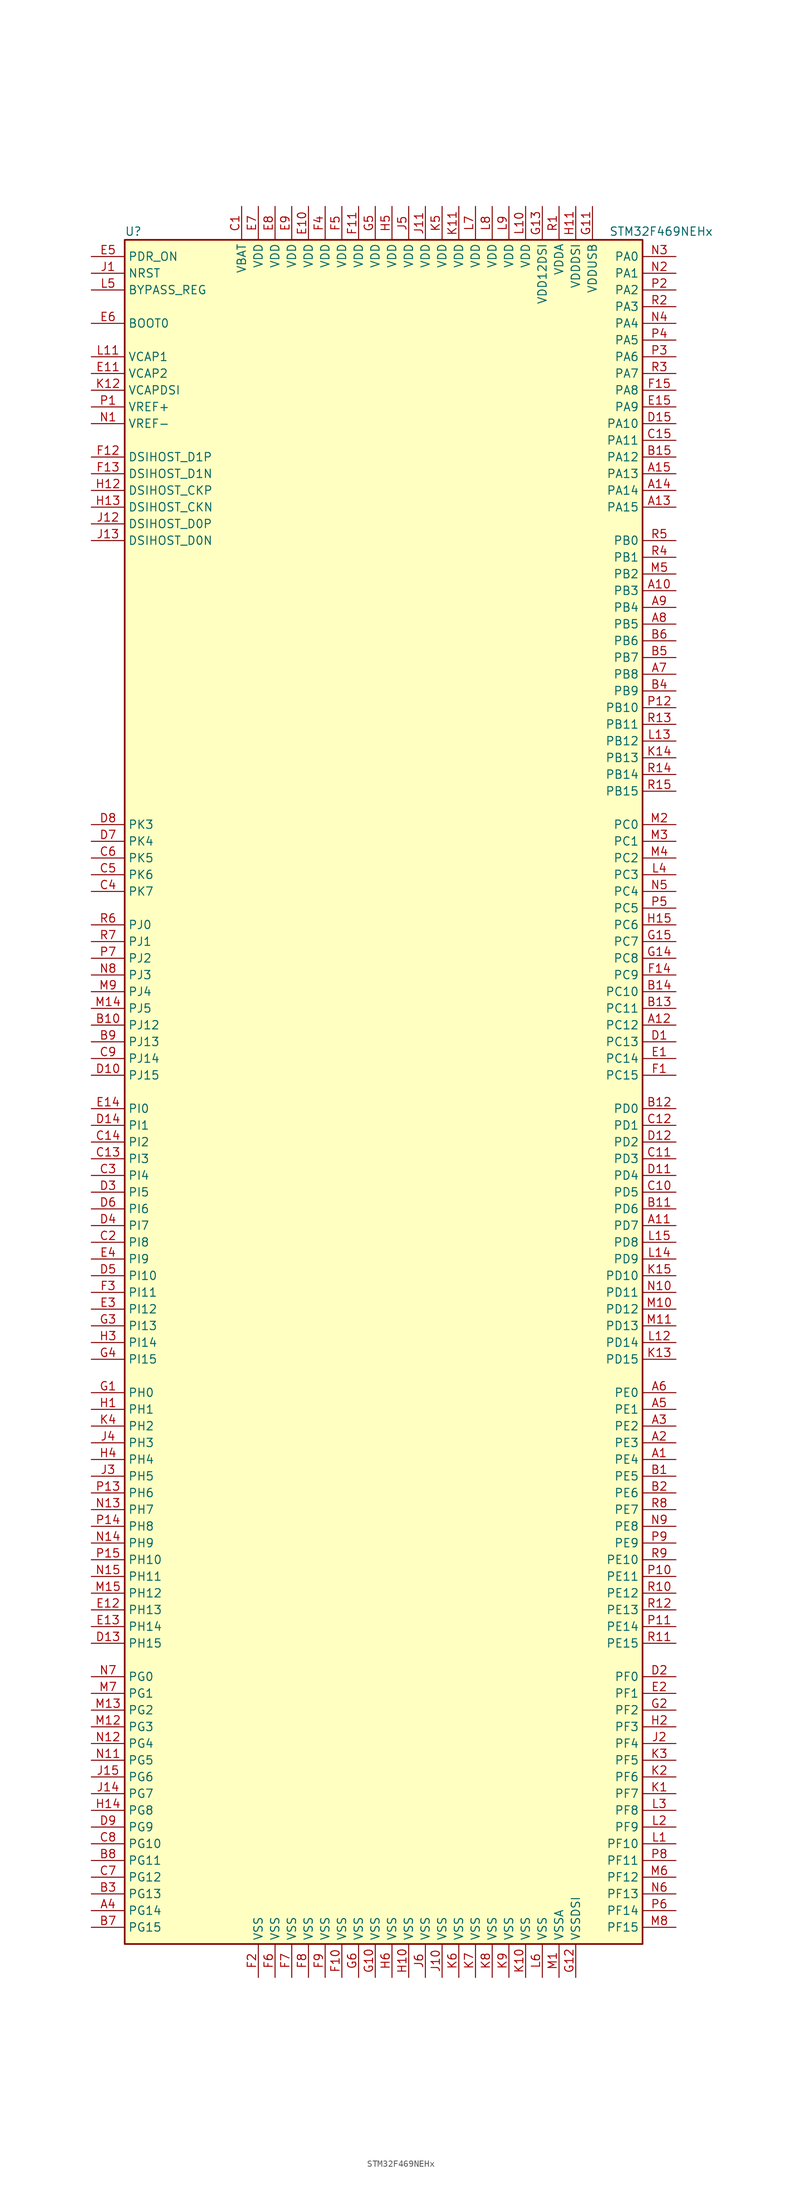
<source format=kicad_sym>
(kicad_symbol_lib
  (version 20201005)
  (generator kicad_symbol_editor)
  (symbol "STM32F469NEHx"
    (property "Reference" "U"
      (at -40.64 130.81 0)
      (effects (font (size 1.27 1.27)) (justify left)))
    (property "Value" "STM32F469NEHx"
      (at 33.02 130.81 0)
      (effects (font (size 1.27 1.27)) (justify left)))
    (symbol "STM32F469NEHx_0_1"
      (rectangle (start -40.64 -129.54) (end 38.1 129.54) (stroke (width 0.254)) (fill (type background))))
    (symbol "STM32F469NEHx_1_1"
      (pin bidirectional line (at 43.18 -55.88 180) (length 5.08) (name "PE4" (effects (font (size 1.27 1.27)))) (number "A1" (effects (font (size 1.27 1.27)))))
      (pin bidirectional line (at 43.18 76.2 180) (length 5.08) (name "PB3" (effects (font (size 1.27 1.27)))) (number "A10" (effects (font (size 1.27 1.27)))))
      (pin bidirectional line (at 43.18 -20.32 180) (length 5.08) (name "PD7" (effects (font (size 1.27 1.27)))) (number "A11" (effects (font (size 1.27 1.27)))))
      (pin bidirectional line (at 43.18 10.16 180) (length 5.08) (name "PC12" (effects (font (size 1.27 1.27)))) (number "A12" (effects (font (size 1.27 1.27)))))
      (pin bidirectional line (at 43.18 88.9 180) (length 5.08) (name "PA15" (effects (font (size 1.27 1.27)))) (number "A13" (effects (font (size 1.27 1.27)))))
      (pin bidirectional line (at 43.18 91.44 180) (length 5.08) (name "PA14" (effects (font (size 1.27 1.27)))) (number "A14" (effects (font (size 1.27 1.27)))))
      (pin bidirectional line (at 43.18 93.98 180) (length 5.08) (name "PA13" (effects (font (size 1.27 1.27)))) (number "A15" (effects (font (size 1.27 1.27)))))
      (pin bidirectional line (at 43.18 -53.34 180) (length 5.08) (name "PE3" (effects (font (size 1.27 1.27)))) (number "A2" (effects (font (size 1.27 1.27)))))
      (pin bidirectional line (at 43.18 -50.8 180) (length 5.08) (name "PE2" (effects (font (size 1.27 1.27)))) (number "A3" (effects (font (size 1.27 1.27)))))
      (pin bidirectional line (at -45.72 -124.46 0) (length 5.08) (name "PG14" (effects (font (size 1.27 1.27)))) (number "A4" (effects (font (size 1.27 1.27)))))
      (pin bidirectional line (at 43.18 -48.26 180) (length 5.08) (name "PE1" (effects (font (size 1.27 1.27)))) (number "A5" (effects (font (size 1.27 1.27)))))
      (pin bidirectional line (at 43.18 -45.72 180) (length 5.08) (name "PE0" (effects (font (size 1.27 1.27)))) (number "A6" (effects (font (size 1.27 1.27)))))
      (pin bidirectional line (at 43.18 63.5 180) (length 5.08) (name "PB8" (effects (font (size 1.27 1.27)))) (number "A7" (effects (font (size 1.27 1.27)))))
      (pin bidirectional line (at 43.18 71.12 180) (length 5.08) (name "PB5" (effects (font (size 1.27 1.27)))) (number "A8" (effects (font (size 1.27 1.27)))))
      (pin bidirectional line (at 43.18 73.66 180) (length 5.08) (name "PB4" (effects (font (size 1.27 1.27)))) (number "A9" (effects (font (size 1.27 1.27)))))
      (pin bidirectional line (at 43.18 -58.42 180) (length 5.08) (name "PE5" (effects (font (size 1.27 1.27)))) (number "B1" (effects (font (size 1.27 1.27)))))
      (pin bidirectional line (at -45.72 10.16 0) (length 5.08) (name "PJ12" (effects (font (size 1.27 1.27)))) (number "B10" (effects (font (size 1.27 1.27)))))
      (pin bidirectional line (at 43.18 -17.78 180) (length 5.08) (name "PD6" (effects (font (size 1.27 1.27)))) (number "B11" (effects (font (size 1.27 1.27)))))
      (pin bidirectional line (at 43.18 -2.54 180) (length 5.08) (name "PD0" (effects (font (size 1.27 1.27)))) (number "B12" (effects (font (size 1.27 1.27)))))
      (pin bidirectional line (at 43.18 12.7 180) (length 5.08) (name "PC11" (effects (font (size 1.27 1.27)))) (number "B13" (effects (font (size 1.27 1.27)))))
      (pin bidirectional line (at 43.18 15.24 180) (length 5.08) (name "PC10" (effects (font (size 1.27 1.27)))) (number "B14" (effects (font (size 1.27 1.27)))))
      (pin bidirectional line (at 43.18 96.52 180) (length 5.08) (name "PA12" (effects (font (size 1.27 1.27)))) (number "B15" (effects (font (size 1.27 1.27)))))
      (pin bidirectional line (at 43.18 -60.96 180) (length 5.08) (name "PE6" (effects (font (size 1.27 1.27)))) (number "B2" (effects (font (size 1.27 1.27)))))
      (pin bidirectional line (at -45.72 -121.92 0) (length 5.08) (name "PG13" (effects (font (size 1.27 1.27)))) (number "B3" (effects (font (size 1.27 1.27)))))
      (pin bidirectional line (at 43.18 60.96 180) (length 5.08) (name "PB9" (effects (font (size 1.27 1.27)))) (number "B4" (effects (font (size 1.27 1.27)))))
      (pin bidirectional line (at 43.18 66.04 180) (length 5.08) (name "PB7" (effects (font (size 1.27 1.27)))) (number "B5" (effects (font (size 1.27 1.27)))))
      (pin bidirectional line (at 43.18 68.58 180) (length 5.08) (name "PB6" (effects (font (size 1.27 1.27)))) (number "B6" (effects (font (size 1.27 1.27)))))
      (pin bidirectional line (at -45.72 -127 0) (length 5.08) (name "PG15" (effects (font (size 1.27 1.27)))) (number "B7" (effects (font (size 1.27 1.27)))))
      (pin bidirectional line (at -45.72 -116.84 0) (length 5.08) (name "PG11" (effects (font (size 1.27 1.27)))) (number "B8" (effects (font (size 1.27 1.27)))))
      (pin bidirectional line (at -45.72 7.62 0) (length 5.08) (name "PJ13" (effects (font (size 1.27 1.27)))) (number "B9" (effects (font (size 1.27 1.27)))))
      (pin power_in line (at -22.86 134.62 270) (length 5.08) (name "VBAT" (effects (font (size 1.27 1.27)))) (number "C1" (effects (font (size 1.27 1.27)))))
      (pin bidirectional line (at 43.18 -15.24 180) (length 5.08) (name "PD5" (effects (font (size 1.27 1.27)))) (number "C10" (effects (font (size 1.27 1.27)))))
      (pin bidirectional line (at 43.18 -10.16 180) (length 5.08) (name "PD3" (effects (font (size 1.27 1.27)))) (number "C11" (effects (font (size 1.27 1.27)))))
      (pin bidirectional line (at 43.18 -5.08 180) (length 5.08) (name "PD1" (effects (font (size 1.27 1.27)))) (number "C12" (effects (font (size 1.27 1.27)))))
      (pin bidirectional line (at -45.72 -10.16 0) (length 5.08) (name "PI3" (effects (font (size 1.27 1.27)))) (number "C13" (effects (font (size 1.27 1.27)))))
      (pin bidirectional line (at -45.72 -7.62 0) (length 5.08) (name "PI2" (effects (font (size 1.27 1.27)))) (number "C14" (effects (font (size 1.27 1.27)))))
      (pin bidirectional line (at 43.18 99.06 180) (length 5.08) (name "PA11" (effects (font (size 1.27 1.27)))) (number "C15" (effects (font (size 1.27 1.27)))))
      (pin bidirectional line (at -45.72 -22.86 0) (length 5.08) (name "PI8" (effects (font (size 1.27 1.27)))) (number "C2" (effects (font (size 1.27 1.27)))))
      (pin bidirectional line (at -45.72 -12.7 0) (length 5.08) (name "PI4" (effects (font (size 1.27 1.27)))) (number "C3" (effects (font (size 1.27 1.27)))))
      (pin bidirectional line (at -45.72 30.48 0) (length 5.08) (name "PK7" (effects (font (size 1.27 1.27)))) (number "C4" (effects (font (size 1.27 1.27)))))
      (pin bidirectional line (at -45.72 33.02 0) (length 5.08) (name "PK6" (effects (font (size 1.27 1.27)))) (number "C5" (effects (font (size 1.27 1.27)))))
      (pin bidirectional line (at -45.72 35.56 0) (length 5.08) (name "PK5" (effects (font (size 1.27 1.27)))) (number "C6" (effects (font (size 1.27 1.27)))))
      (pin bidirectional line (at -45.72 -119.38 0) (length 5.08) (name "PG12" (effects (font (size 1.27 1.27)))) (number "C7" (effects (font (size 1.27 1.27)))))
      (pin bidirectional line (at -45.72 -114.3 0) (length 5.08) (name "PG10" (effects (font (size 1.27 1.27)))) (number "C8" (effects (font (size 1.27 1.27)))))
      (pin bidirectional line (at -45.72 5.08 0) (length 5.08) (name "PJ14" (effects (font (size 1.27 1.27)))) (number "C9" (effects (font (size 1.27 1.27)))))
      (pin bidirectional line (at 43.18 7.62 180) (length 5.08) (name "PC13" (effects (font (size 1.27 1.27)))) (number "D1" (effects (font (size 1.27 1.27)))))
      (pin bidirectional line (at -45.72 2.54 0) (length 5.08) (name "PJ15" (effects (font (size 1.27 1.27)))) (number "D10" (effects (font (size 1.27 1.27)))))
      (pin bidirectional line (at 43.18 -12.7 180) (length 5.08) (name "PD4" (effects (font (size 1.27 1.27)))) (number "D11" (effects (font (size 1.27 1.27)))))
      (pin bidirectional line (at 43.18 -7.62 180) (length 5.08) (name "PD2" (effects (font (size 1.27 1.27)))) (number "D12" (effects (font (size 1.27 1.27)))))
      (pin bidirectional line (at -45.72 -83.82 0) (length 5.08) (name "PH15" (effects (font (size 1.27 1.27)))) (number "D13" (effects (font (size 1.27 1.27)))))
      (pin bidirectional line (at -45.72 -5.08 0) (length 5.08) (name "PI1" (effects (font (size 1.27 1.27)))) (number "D14" (effects (font (size 1.27 1.27)))))
      (pin bidirectional line (at 43.18 101.6 180) (length 5.08) (name "PA10" (effects (font (size 1.27 1.27)))) (number "D15" (effects (font (size 1.27 1.27)))))
      (pin bidirectional line (at 43.18 -88.9 180) (length 5.08) (name "PF0" (effects (font (size 1.27 1.27)))) (number "D2" (effects (font (size 1.27 1.27)))))
      (pin bidirectional line (at -45.72 -15.24 0) (length 5.08) (name "PI5" (effects (font (size 1.27 1.27)))) (number "D3" (effects (font (size 1.27 1.27)))))
      (pin bidirectional line (at -45.72 -20.32 0) (length 5.08) (name "PI7" (effects (font (size 1.27 1.27)))) (number "D4" (effects (font (size 1.27 1.27)))))
      (pin bidirectional line (at -45.72 -27.94 0) (length 5.08) (name "PI10" (effects (font (size 1.27 1.27)))) (number "D5" (effects (font (size 1.27 1.27)))))
      (pin bidirectional line (at -45.72 -17.78 0) (length 5.08) (name "PI6" (effects (font (size 1.27 1.27)))) (number "D6" (effects (font (size 1.27 1.27)))))
      (pin bidirectional line (at -45.72 38.1 0) (length 5.08) (name "PK4" (effects (font (size 1.27 1.27)))) (number "D7" (effects (font (size 1.27 1.27)))))
      (pin bidirectional line (at -45.72 40.64 0) (length 5.08) (name "PK3" (effects (font (size 1.27 1.27)))) (number "D8" (effects (font (size 1.27 1.27)))))
      (pin bidirectional line (at -45.72 -111.76 0) (length 5.08) (name "PG9" (effects (font (size 1.27 1.27)))) (number "D9" (effects (font (size 1.27 1.27)))))
      (pin bidirectional line (at 43.18 5.08 180) (length 5.08) (name "PC14" (effects (font (size 1.27 1.27)))) (number "E1" (effects (font (size 1.27 1.27)))))
      (pin power_in line (at -12.7 134.62 270) (length 5.08) (name "VDD" (effects (font (size 1.27 1.27)))) (number "E10" (effects (font (size 1.27 1.27)))))
      (pin power_in line (at -45.72 109.22 0) (length 5.08) (name "VCAP2" (effects (font (size 1.27 1.27)))) (number "E11" (effects (font (size 1.27 1.27)))))
      (pin bidirectional line (at -45.72 -78.74 0) (length 5.08) (name "PH13" (effects (font (size 1.27 1.27)))) (number "E12" (effects (font (size 1.27 1.27)))))
      (pin bidirectional line (at -45.72 -81.28 0) (length 5.08) (name "PH14" (effects (font (size 1.27 1.27)))) (number "E13" (effects (font (size 1.27 1.27)))))
      (pin bidirectional line (at -45.72 -2.54 0) (length 5.08) (name "PI0" (effects (font (size 1.27 1.27)))) (number "E14" (effects (font (size 1.27 1.27)))))
      (pin bidirectional line (at 43.18 104.14 180) (length 5.08) (name "PA9" (effects (font (size 1.27 1.27)))) (number "E15" (effects (font (size 1.27 1.27)))))
      (pin bidirectional line (at 43.18 -91.44 180) (length 5.08) (name "PF1" (effects (font (size 1.27 1.27)))) (number "E2" (effects (font (size 1.27 1.27)))))
      (pin bidirectional line (at -45.72 -33.02 0) (length 5.08) (name "PI12" (effects (font (size 1.27 1.27)))) (number "E3" (effects (font (size 1.27 1.27)))))
      (pin bidirectional line (at -45.72 -25.4 0) (length 5.08) (name "PI9" (effects (font (size 1.27 1.27)))) (number "E4" (effects (font (size 1.27 1.27)))))
      (pin input line (at -45.72 127 0) (length 5.08) (name "PDR_ON" (effects (font (size 1.27 1.27)))) (number "E5" (effects (font (size 1.27 1.27)))))
      (pin input line (at -45.72 116.84 0) (length 5.08) (name "BOOT0" (effects (font (size 1.27 1.27)))) (number "E6" (effects (font (size 1.27 1.27)))))
      (pin power_in line (at -20.32 134.62 270) (length 5.08) (name "VDD" (effects (font (size 1.27 1.27)))) (number "E7" (effects (font (size 1.27 1.27)))))
      (pin power_in line (at -17.78 134.62 270) (length 5.08) (name "VDD" (effects (font (size 1.27 1.27)))) (number "E8" (effects (font (size 1.27 1.27)))))
      (pin power_in line (at -15.24 134.62 270) (length 5.08) (name "VDD" (effects (font (size 1.27 1.27)))) (number "E9" (effects (font (size 1.27 1.27)))))
      (pin bidirectional line (at 43.18 2.54 180) (length 5.08) (name "PC15" (effects (font (size 1.27 1.27)))) (number "F1" (effects (font (size 1.27 1.27)))))
      (pin power_in line (at -7.62 -134.62 90) (length 5.08) (name "VSS" (effects (font (size 1.27 1.27)))) (number "F10" (effects (font (size 1.27 1.27)))))
      (pin power_in line (at -5.08 134.62 270) (length 5.08) (name "VDD" (effects (font (size 1.27 1.27)))) (number "F11" (effects (font (size 1.27 1.27)))))
      (pin bidirectional line (at -45.72 96.52 0) (length 5.08) (name "DSIHOST_D1P" (effects (font (size 1.27 1.27)))) (number "F12" (effects (font (size 1.27 1.27)))))
      (pin bidirectional line (at -45.72 93.98 0) (length 5.08) (name "DSIHOST_D1N" (effects (font (size 1.27 1.27)))) (number "F13" (effects (font (size 1.27 1.27)))))
      (pin bidirectional line (at 43.18 17.78 180) (length 5.08) (name "PC9" (effects (font (size 1.27 1.27)))) (number "F14" (effects (font (size 1.27 1.27)))))
      (pin bidirectional line (at 43.18 106.68 180) (length 5.08) (name "PA8" (effects (font (size 1.27 1.27)))) (number "F15" (effects (font (size 1.27 1.27)))))
      (pin power_in line (at -20.32 -134.62 90) (length 5.08) (name "VSS" (effects (font (size 1.27 1.27)))) (number "F2" (effects (font (size 1.27 1.27)))))
      (pin bidirectional line (at -45.72 -30.48 0) (length 5.08) (name "PI11" (effects (font (size 1.27 1.27)))) (number "F3" (effects (font (size 1.27 1.27)))))
      (pin power_in line (at -10.16 134.62 270) (length 5.08) (name "VDD" (effects (font (size 1.27 1.27)))) (number "F4" (effects (font (size 1.27 1.27)))))
      (pin power_in line (at -7.62 134.62 270) (length 5.08) (name "VDD" (effects (font (size 1.27 1.27)))) (number "F5" (effects (font (size 1.27 1.27)))))
      (pin power_in line (at -17.78 -134.62 90) (length 5.08) (name "VSS" (effects (font (size 1.27 1.27)))) (number "F6" (effects (font (size 1.27 1.27)))))
      (pin power_in line (at -15.24 -134.62 90) (length 5.08) (name "VSS" (effects (font (size 1.27 1.27)))) (number "F7" (effects (font (size 1.27 1.27)))))
      (pin power_in line (at -12.7 -134.62 90) (length 5.08) (name "VSS" (effects (font (size 1.27 1.27)))) (number "F8" (effects (font (size 1.27 1.27)))))
      (pin power_in line (at -10.16 -134.62 90) (length 5.08) (name "VSS" (effects (font (size 1.27 1.27)))) (number "F9" (effects (font (size 1.27 1.27)))))
      (pin input line (at -45.72 -45.72 0) (length 5.08) (name "PH0" (effects (font (size 1.27 1.27)))) (number "G1" (effects (font (size 1.27 1.27)))))
      (pin power_in line (at -2.54 -134.62 90) (length 5.08) (name "VSS" (effects (font (size 1.27 1.27)))) (number "G10" (effects (font (size 1.27 1.27)))))
      (pin power_in line (at 30.48 134.62 270) (length 5.08) (name "VDDUSB" (effects (font (size 1.27 1.27)))) (number "G11" (effects (font (size 1.27 1.27)))))
      (pin power_in line (at 27.94 -134.62 90) (length 5.08) (name "VSSDSI" (effects (font (size 1.27 1.27)))) (number "G12" (effects (font (size 1.27 1.27)))))
      (pin power_in line (at 22.86 134.62 270) (length 5.08) (name "VDD12DSI" (effects (font (size 1.27 1.27)))) (number "G13" (effects (font (size 1.27 1.27)))))
      (pin bidirectional line (at 43.18 20.32 180) (length 5.08) (name "PC8" (effects (font (size 1.27 1.27)))) (number "G14" (effects (font (size 1.27 1.27)))))
      (pin bidirectional line (at 43.18 22.86 180) (length 5.08) (name "PC7" (effects (font (size 1.27 1.27)))) (number "G15" (effects (font (size 1.27 1.27)))))
      (pin bidirectional line (at 43.18 -93.98 180) (length 5.08) (name "PF2" (effects (font (size 1.27 1.27)))) (number "G2" (effects (font (size 1.27 1.27)))))
      (pin bidirectional line (at -45.72 -35.56 0) (length 5.08) (name "PI13" (effects (font (size 1.27 1.27)))) (number "G3" (effects (font (size 1.27 1.27)))))
      (pin bidirectional line (at -45.72 -40.64 0) (length 5.08) (name "PI15" (effects (font (size 1.27 1.27)))) (number "G4" (effects (font (size 1.27 1.27)))))
      (pin power_in line (at -2.54 134.62 270) (length 5.08) (name "VDD" (effects (font (size 1.27 1.27)))) (number "G5" (effects (font (size 1.27 1.27)))))
      (pin power_in line (at -5.08 -134.62 90) (length 5.08) (name "VSS" (effects (font (size 1.27 1.27)))) (number "G6" (effects (font (size 1.27 1.27)))))
      (pin input line (at -45.72 -48.26 0) (length 5.08) (name "PH1" (effects (font (size 1.27 1.27)))) (number "H1" (effects (font (size 1.27 1.27)))))
      (pin power_in line (at 2.54 -134.62 90) (length 5.08) (name "VSS" (effects (font (size 1.27 1.27)))) (number "H10" (effects (font (size 1.27 1.27)))))
      (pin power_in line (at 27.94 134.62 270) (length 5.08) (name "VDDDSI" (effects (font (size 1.27 1.27)))) (number "H11" (effects (font (size 1.27 1.27)))))
      (pin bidirectional line (at -45.72 91.44 0) (length 5.08) (name "DSIHOST_CKP" (effects (font (size 1.27 1.27)))) (number "H12" (effects (font (size 1.27 1.27)))))
      (pin bidirectional line (at -45.72 88.9 0) (length 5.08) (name "DSIHOST_CKN" (effects (font (size 1.27 1.27)))) (number "H13" (effects (font (size 1.27 1.27)))))
      (pin bidirectional line (at -45.72 -109.22 0) (length 5.08) (name "PG8" (effects (font (size 1.27 1.27)))) (number "H14" (effects (font (size 1.27 1.27)))))
      (pin bidirectional line (at 43.18 25.4 180) (length 5.08) (name "PC6" (effects (font (size 1.27 1.27)))) (number "H15" (effects (font (size 1.27 1.27)))))
      (pin bidirectional line (at 43.18 -96.52 180) (length 5.08) (name "PF3" (effects (font (size 1.27 1.27)))) (number "H2" (effects (font (size 1.27 1.27)))))
      (pin bidirectional line (at -45.72 -38.1 0) (length 5.08) (name "PI14" (effects (font (size 1.27 1.27)))) (number "H3" (effects (font (size 1.27 1.27)))))
      (pin bidirectional line (at -45.72 -55.88 0) (length 5.08) (name "PH4" (effects (font (size 1.27 1.27)))) (number "H4" (effects (font (size 1.27 1.27)))))
      (pin power_in line (at 0 134.62 270) (length 5.08) (name "VDD" (effects (font (size 1.27 1.27)))) (number "H5" (effects (font (size 1.27 1.27)))))
      (pin power_in line (at 0 -134.62 90) (length 5.08) (name "VSS" (effects (font (size 1.27 1.27)))) (number "H6" (effects (font (size 1.27 1.27)))))
      (pin input line (at -45.72 124.46 0) (length 5.08) (name "NRST" (effects (font (size 1.27 1.27)))) (number "J1" (effects (font (size 1.27 1.27)))))
      (pin power_in line (at 7.62 -134.62 90) (length 5.08) (name "VSS" (effects (font (size 1.27 1.27)))) (number "J10" (effects (font (size 1.27 1.27)))))
      (pin power_in line (at 5.08 134.62 270) (length 5.08) (name "VDD" (effects (font (size 1.27 1.27)))) (number "J11" (effects (font (size 1.27 1.27)))))
      (pin bidirectional line (at -45.72 86.36 0) (length 5.08) (name "DSIHOST_D0P" (effects (font (size 1.27 1.27)))) (number "J12" (effects (font (size 1.27 1.27)))))
      (pin bidirectional line (at -45.72 83.82 0) (length 5.08) (name "DSIHOST_D0N" (effects (font (size 1.27 1.27)))) (number "J13" (effects (font (size 1.27 1.27)))))
      (pin bidirectional line (at -45.72 -106.68 0) (length 5.08) (name "PG7" (effects (font (size 1.27 1.27)))) (number "J14" (effects (font (size 1.27 1.27)))))
      (pin bidirectional line (at -45.72 -104.14 0) (length 5.08) (name "PG6" (effects (font (size 1.27 1.27)))) (number "J15" (effects (font (size 1.27 1.27)))))
      (pin bidirectional line (at 43.18 -99.06 180) (length 5.08) (name "PF4" (effects (font (size 1.27 1.27)))) (number "J2" (effects (font (size 1.27 1.27)))))
      (pin bidirectional line (at -45.72 -58.42 0) (length 5.08) (name "PH5" (effects (font (size 1.27 1.27)))) (number "J3" (effects (font (size 1.27 1.27)))))
      (pin bidirectional line (at -45.72 -53.34 0) (length 5.08) (name "PH3" (effects (font (size 1.27 1.27)))) (number "J4" (effects (font (size 1.27 1.27)))))
      (pin power_in line (at 2.54 134.62 270) (length 5.08) (name "VDD" (effects (font (size 1.27 1.27)))) (number "J5" (effects (font (size 1.27 1.27)))))
      (pin power_in line (at 5.08 -134.62 90) (length 5.08) (name "VSS" (effects (font (size 1.27 1.27)))) (number "J6" (effects (font (size 1.27 1.27)))))
      (pin bidirectional line (at 43.18 -106.68 180) (length 5.08) (name "PF7" (effects (font (size 1.27 1.27)))) (number "K1" (effects (font (size 1.27 1.27)))))
      (pin power_in line (at 20.32 -134.62 90) (length 5.08) (name "VSS" (effects (font (size 1.27 1.27)))) (number "K10" (effects (font (size 1.27 1.27)))))
      (pin power_in line (at 10.16 134.62 270) (length 5.08) (name "VDD" (effects (font (size 1.27 1.27)))) (number "K11" (effects (font (size 1.27 1.27)))))
      (pin power_in line (at -45.72 106.68 0) (length 5.08) (name "VCAPDSI" (effects (font (size 1.27 1.27)))) (number "K12" (effects (font (size 1.27 1.27)))))
      (pin bidirectional line (at 43.18 -40.64 180) (length 5.08) (name "PD15" (effects (font (size 1.27 1.27)))) (number "K13" (effects (font (size 1.27 1.27)))))
      (pin bidirectional line (at 43.18 50.8 180) (length 5.08) (name "PB13" (effects (font (size 1.27 1.27)))) (number "K14" (effects (font (size 1.27 1.27)))))
      (pin bidirectional line (at 43.18 -27.94 180) (length 5.08) (name "PD10" (effects (font (size 1.27 1.27)))) (number "K15" (effects (font (size 1.27 1.27)))))
      (pin bidirectional line (at 43.18 -104.14 180) (length 5.08) (name "PF6" (effects (font (size 1.27 1.27)))) (number "K2" (effects (font (size 1.27 1.27)))))
      (pin bidirectional line (at 43.18 -101.6 180) (length 5.08) (name "PF5" (effects (font (size 1.27 1.27)))) (number "K3" (effects (font (size 1.27 1.27)))))
      (pin bidirectional line (at -45.72 -50.8 0) (length 5.08) (name "PH2" (effects (font (size 1.27 1.27)))) (number "K4" (effects (font (size 1.27 1.27)))))
      (pin power_in line (at 7.62 134.62 270) (length 5.08) (name "VDD" (effects (font (size 1.27 1.27)))) (number "K5" (effects (font (size 1.27 1.27)))))
      (pin power_in line (at 10.16 -134.62 90) (length 5.08) (name "VSS" (effects (font (size 1.27 1.27)))) (number "K6" (effects (font (size 1.27 1.27)))))
      (pin power_in line (at 12.7 -134.62 90) (length 5.08) (name "VSS" (effects (font (size 1.27 1.27)))) (number "K7" (effects (font (size 1.27 1.27)))))
      (pin power_in line (at 15.24 -134.62 90) (length 5.08) (name "VSS" (effects (font (size 1.27 1.27)))) (number "K8" (effects (font (size 1.27 1.27)))))
      (pin power_in line (at 17.78 -134.62 90) (length 5.08) (name "VSS" (effects (font (size 1.27 1.27)))) (number "K9" (effects (font (size 1.27 1.27)))))
      (pin bidirectional line (at 43.18 -114.3 180) (length 5.08) (name "PF10" (effects (font (size 1.27 1.27)))) (number "L1" (effects (font (size 1.27 1.27)))))
      (pin power_in line (at 20.32 134.62 270) (length 5.08) (name "VDD" (effects (font (size 1.27 1.27)))) (number "L10" (effects (font (size 1.27 1.27)))))
      (pin power_in line (at -45.72 111.76 0) (length 5.08) (name "VCAP1" (effects (font (size 1.27 1.27)))) (number "L11" (effects (font (size 1.27 1.27)))))
      (pin bidirectional line (at 43.18 -38.1 180) (length 5.08) (name "PD14" (effects (font (size 1.27 1.27)))) (number "L12" (effects (font (size 1.27 1.27)))))
      (pin bidirectional line (at 43.18 53.34 180) (length 5.08) (name "PB12" (effects (font (size 1.27 1.27)))) (number "L13" (effects (font (size 1.27 1.27)))))
      (pin bidirectional line (at 43.18 -25.4 180) (length 5.08) (name "PD9" (effects (font (size 1.27 1.27)))) (number "L14" (effects (font (size 1.27 1.27)))))
      (pin bidirectional line (at 43.18 -22.86 180) (length 5.08) (name "PD8" (effects (font (size 1.27 1.27)))) (number "L15" (effects (font (size 1.27 1.27)))))
      (pin bidirectional line (at 43.18 -111.76 180) (length 5.08) (name "PF9" (effects (font (size 1.27 1.27)))) (number "L2" (effects (font (size 1.27 1.27)))))
      (pin bidirectional line (at 43.18 -109.22 180) (length 5.08) (name "PF8" (effects (font (size 1.27 1.27)))) (number "L3" (effects (font (size 1.27 1.27)))))
      (pin bidirectional line (at 43.18 33.02 180) (length 5.08) (name "PC3" (effects (font (size 1.27 1.27)))) (number "L4" (effects (font (size 1.27 1.27)))))
      (pin input line (at -45.72 121.92 0) (length 5.08) (name "BYPASS_REG" (effects (font (size 1.27 1.27)))) (number "L5" (effects (font (size 1.27 1.27)))))
      (pin power_in line (at 22.86 -134.62 90) (length 5.08) (name "VSS" (effects (font (size 1.27 1.27)))) (number "L6" (effects (font (size 1.27 1.27)))))
      (pin power_in line (at 12.7 134.62 270) (length 5.08) (name "VDD" (effects (font (size 1.27 1.27)))) (number "L7" (effects (font (size 1.27 1.27)))))
      (pin power_in line (at 15.24 134.62 270) (length 5.08) (name "VDD" (effects (font (size 1.27 1.27)))) (number "L8" (effects (font (size 1.27 1.27)))))
      (pin power_in line (at 17.78 134.62 270) (length 5.08) (name "VDD" (effects (font (size 1.27 1.27)))) (number "L9" (effects (font (size 1.27 1.27)))))
      (pin power_in line (at 25.4 -134.62 90) (length 5.08) (name "VSSA" (effects (font (size 1.27 1.27)))) (number "M1" (effects (font (size 1.27 1.27)))))
      (pin bidirectional line (at 43.18 -33.02 180) (length 5.08) (name "PD12" (effects (font (size 1.27 1.27)))) (number "M10" (effects (font (size 1.27 1.27)))))
      (pin bidirectional line (at 43.18 -35.56 180) (length 5.08) (name "PD13" (effects (font (size 1.27 1.27)))) (number "M11" (effects (font (size 1.27 1.27)))))
      (pin bidirectional line (at -45.72 -96.52 0) (length 5.08) (name "PG3" (effects (font (size 1.27 1.27)))) (number "M12" (effects (font (size 1.27 1.27)))))
      (pin bidirectional line (at -45.72 -93.98 0) (length 5.08) (name "PG2" (effects (font (size 1.27 1.27)))) (number "M13" (effects (font (size 1.27 1.27)))))
      (pin bidirectional line (at -45.72 12.7 0) (length 5.08) (name "PJ5" (effects (font (size 1.27 1.27)))) (number "M14" (effects (font (size 1.27 1.27)))))
      (pin bidirectional line (at -45.72 -76.2 0) (length 5.08) (name "PH12" (effects (font (size 1.27 1.27)))) (number "M15" (effects (font (size 1.27 1.27)))))
      (pin bidirectional line (at 43.18 40.64 180) (length 5.08) (name "PC0" (effects (font (size 1.27 1.27)))) (number "M2" (effects (font (size 1.27 1.27)))))
      (pin bidirectional line (at 43.18 38.1 180) (length 5.08) (name "PC1" (effects (font (size 1.27 1.27)))) (number "M3" (effects (font (size 1.27 1.27)))))
      (pin bidirectional line (at 43.18 35.56 180) (length 5.08) (name "PC2" (effects (font (size 1.27 1.27)))) (number "M4" (effects (font (size 1.27 1.27)))))
      (pin bidirectional line (at 43.18 78.74 180) (length 5.08) (name "PB2" (effects (font (size 1.27 1.27)))) (number "M5" (effects (font (size 1.27 1.27)))))
      (pin bidirectional line (at 43.18 -119.38 180) (length 5.08) (name "PF12" (effects (font (size 1.27 1.27)))) (number "M6" (effects (font (size 1.27 1.27)))))
      (pin bidirectional line (at -45.72 -91.44 0) (length 5.08) (name "PG1" (effects (font (size 1.27 1.27)))) (number "M7" (effects (font (size 1.27 1.27)))))
      (pin bidirectional line (at 43.18 -127 180) (length 5.08) (name "PF15" (effects (font (size 1.27 1.27)))) (number "M8" (effects (font (size 1.27 1.27)))))
      (pin bidirectional line (at -45.72 15.24 0) (length 5.08) (name "PJ4" (effects (font (size 1.27 1.27)))) (number "M9" (effects (font (size 1.27 1.27)))))
      (pin power_in line (at -45.72 101.6 0) (length 5.08) (name "VREF-" (effects (font (size 1.27 1.27)))) (number "N1" (effects (font (size 1.27 1.27)))))
      (pin bidirectional line (at 43.18 -30.48 180) (length 5.08) (name "PD11" (effects (font (size 1.27 1.27)))) (number "N10" (effects (font (size 1.27 1.27)))))
      (pin bidirectional line (at -45.72 -101.6 0) (length 5.08) (name "PG5" (effects (font (size 1.27 1.27)))) (number "N11" (effects (font (size 1.27 1.27)))))
      (pin bidirectional line (at -45.72 -99.06 0) (length 5.08) (name "PG4" (effects (font (size 1.27 1.27)))) (number "N12" (effects (font (size 1.27 1.27)))))
      (pin bidirectional line (at -45.72 -63.5 0) (length 5.08) (name "PH7" (effects (font (size 1.27 1.27)))) (number "N13" (effects (font (size 1.27 1.27)))))
      (pin bidirectional line (at -45.72 -68.58 0) (length 5.08) (name "PH9" (effects (font (size 1.27 1.27)))) (number "N14" (effects (font (size 1.27 1.27)))))
      (pin bidirectional line (at -45.72 -73.66 0) (length 5.08) (name "PH11" (effects (font (size 1.27 1.27)))) (number "N15" (effects (font (size 1.27 1.27)))))
      (pin bidirectional line (at 43.18 124.46 180) (length 5.08) (name "PA1" (effects (font (size 1.27 1.27)))) (number "N2" (effects (font (size 1.27 1.27)))))
      (pin bidirectional line (at 43.18 127 180) (length 5.08) (name "PA0" (effects (font (size 1.27 1.27)))) (number "N3" (effects (font (size 1.27 1.27)))))
      (pin bidirectional line (at 43.18 116.84 180) (length 5.08) (name "PA4" (effects (font (size 1.27 1.27)))) (number "N4" (effects (font (size 1.27 1.27)))))
      (pin bidirectional line (at 43.18 30.48 180) (length 5.08) (name "PC4" (effects (font (size 1.27 1.27)))) (number "N5" (effects (font (size 1.27 1.27)))))
      (pin bidirectional line (at 43.18 -121.92 180) (length 5.08) (name "PF13" (effects (font (size 1.27 1.27)))) (number "N6" (effects (font (size 1.27 1.27)))))
      (pin bidirectional line (at -45.72 -88.9 0) (length 5.08) (name "PG0" (effects (font (size 1.27 1.27)))) (number "N7" (effects (font (size 1.27 1.27)))))
      (pin bidirectional line (at -45.72 17.78 0) (length 5.08) (name "PJ3" (effects (font (size 1.27 1.27)))) (number "N8" (effects (font (size 1.27 1.27)))))
      (pin bidirectional line (at 43.18 -66.04 180) (length 5.08) (name "PE8" (effects (font (size 1.27 1.27)))) (number "N9" (effects (font (size 1.27 1.27)))))
      (pin power_in line (at -45.72 104.14 0) (length 5.08) (name "VREF+" (effects (font (size 1.27 1.27)))) (number "P1" (effects (font (size 1.27 1.27)))))
      (pin bidirectional line (at 43.18 -73.66 180) (length 5.08) (name "PE11" (effects (font (size 1.27 1.27)))) (number "P10" (effects (font (size 1.27 1.27)))))
      (pin bidirectional line (at 43.18 -81.28 180) (length 5.08) (name "PE14" (effects (font (size 1.27 1.27)))) (number "P11" (effects (font (size 1.27 1.27)))))
      (pin bidirectional line (at 43.18 58.42 180) (length 5.08) (name "PB10" (effects (font (size 1.27 1.27)))) (number "P12" (effects (font (size 1.27 1.27)))))
      (pin bidirectional line (at -45.72 -60.96 0) (length 5.08) (name "PH6" (effects (font (size 1.27 1.27)))) (number "P13" (effects (font (size 1.27 1.27)))))
      (pin bidirectional line (at -45.72 -66.04 0) (length 5.08) (name "PH8" (effects (font (size 1.27 1.27)))) (number "P14" (effects (font (size 1.27 1.27)))))
      (pin bidirectional line (at -45.72 -71.12 0) (length 5.08) (name "PH10" (effects (font (size 1.27 1.27)))) (number "P15" (effects (font (size 1.27 1.27)))))
      (pin bidirectional line (at 43.18 121.92 180) (length 5.08) (name "PA2" (effects (font (size 1.27 1.27)))) (number "P2" (effects (font (size 1.27 1.27)))))
      (pin bidirectional line (at 43.18 111.76 180) (length 5.08) (name "PA6" (effects (font (size 1.27 1.27)))) (number "P3" (effects (font (size 1.27 1.27)))))
      (pin bidirectional line (at 43.18 114.3 180) (length 5.08) (name "PA5" (effects (font (size 1.27 1.27)))) (number "P4" (effects (font (size 1.27 1.27)))))
      (pin bidirectional line (at 43.18 27.94 180) (length 5.08) (name "PC5" (effects (font (size 1.27 1.27)))) (number "P5" (effects (font (size 1.27 1.27)))))
      (pin bidirectional line (at 43.18 -124.46 180) (length 5.08) (name "PF14" (effects (font (size 1.27 1.27)))) (number "P6" (effects (font (size 1.27 1.27)))))
      (pin bidirectional line (at -45.72 20.32 0) (length 5.08) (name "PJ2" (effects (font (size 1.27 1.27)))) (number "P7" (effects (font (size 1.27 1.27)))))
      (pin bidirectional line (at 43.18 -116.84 180) (length 5.08) (name "PF11" (effects (font (size 1.27 1.27)))) (number "P8" (effects (font (size 1.27 1.27)))))
      (pin bidirectional line (at 43.18 -68.58 180) (length 5.08) (name "PE9" (effects (font (size 1.27 1.27)))) (number "P9" (effects (font (size 1.27 1.27)))))
      (pin power_in line (at 25.4 134.62 270) (length 5.08) (name "VDDA" (effects (font (size 1.27 1.27)))) (number "R1" (effects (font (size 1.27 1.27)))))
      (pin bidirectional line (at 43.18 -76.2 180) (length 5.08) (name "PE12" (effects (font (size 1.27 1.27)))) (number "R10" (effects (font (size 1.27 1.27)))))
      (pin bidirectional line (at 43.18 -83.82 180) (length 5.08) (name "PE15" (effects (font (size 1.27 1.27)))) (number "R11" (effects (font (size 1.27 1.27)))))
      (pin bidirectional line (at 43.18 -78.74 180) (length 5.08) (name "PE13" (effects (font (size 1.27 1.27)))) (number "R12" (effects (font (size 1.27 1.27)))))
      (pin bidirectional line (at 43.18 55.88 180) (length 5.08) (name "PB11" (effects (font (size 1.27 1.27)))) (number "R13" (effects (font (size 1.27 1.27)))))
      (pin bidirectional line (at 43.18 48.26 180) (length 5.08) (name "PB14" (effects (font (size 1.27 1.27)))) (number "R14" (effects (font (size 1.27 1.27)))))
      (pin bidirectional line (at 43.18 45.72 180) (length 5.08) (name "PB15" (effects (font (size 1.27 1.27)))) (number "R15" (effects (font (size 1.27 1.27)))))
      (pin bidirectional line (at 43.18 119.38 180) (length 5.08) (name "PA3" (effects (font (size 1.27 1.27)))) (number "R2" (effects (font (size 1.27 1.27)))))
      (pin bidirectional line (at 43.18 109.22 180) (length 5.08) (name "PA7" (effects (font (size 1.27 1.27)))) (number "R3" (effects (font (size 1.27 1.27)))))
      (pin bidirectional line (at 43.18 81.28 180) (length 5.08) (name "PB1" (effects (font (size 1.27 1.27)))) (number "R4" (effects (font (size 1.27 1.27)))))
      (pin bidirectional line (at 43.18 83.82 180) (length 5.08) (name "PB0" (effects (font (size 1.27 1.27)))) (number "R5" (effects (font (size 1.27 1.27)))))
      (pin bidirectional line (at -45.72 25.4 0) (length 5.08) (name "PJ0" (effects (font (size 1.27 1.27)))) (number "R6" (effects (font (size 1.27 1.27)))))
      (pin bidirectional line (at -45.72 22.86 0) (length 5.08) (name "PJ1" (effects (font (size 1.27 1.27)))) (number "R7" (effects (font (size 1.27 1.27)))))
      (pin bidirectional line (at 43.18 -63.5 180) (length 5.08) (name "PE7" (effects (font (size 1.27 1.27)))) (number "R8" (effects (font (size 1.27 1.27)))))
      (pin bidirectional line (at 43.18 -71.12 180) (length 5.08) (name "PE10" (effects (font (size 1.27 1.27)))) (number "R9" (effects (font (size 1.27 1.27))))))))
</source>
